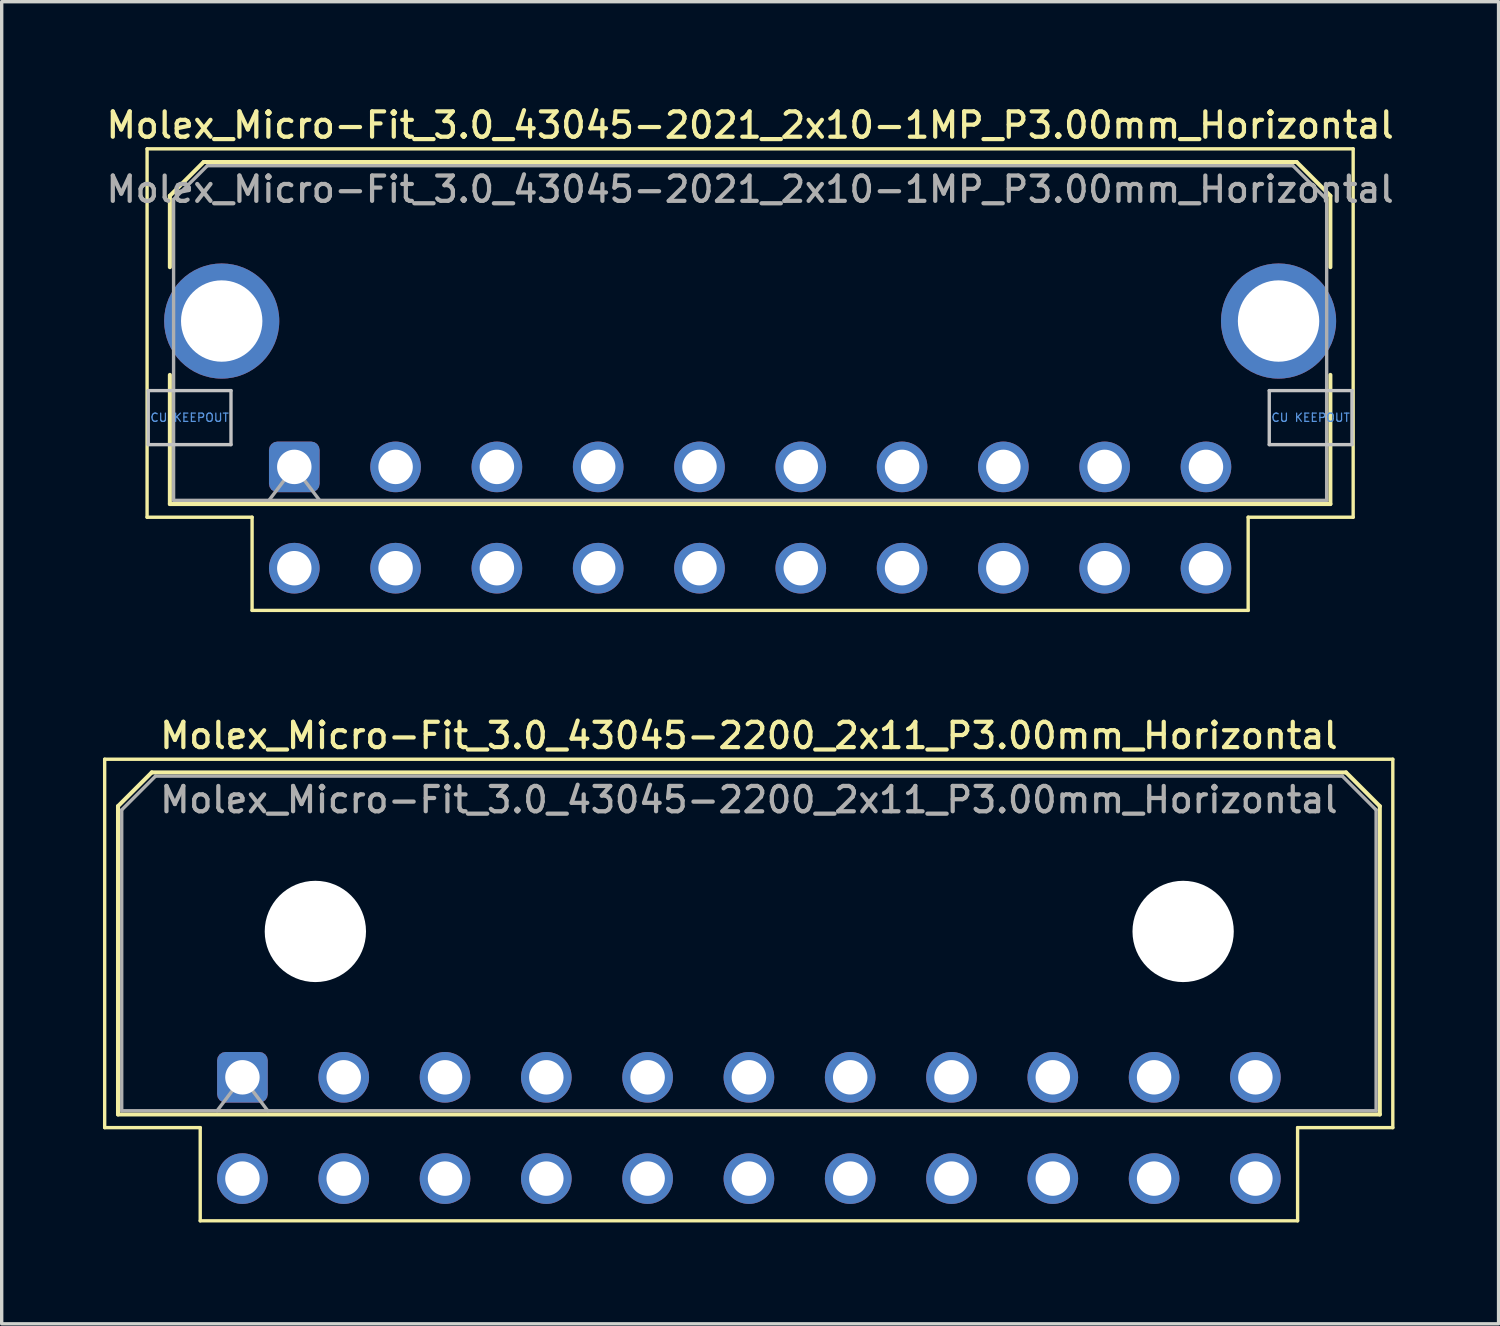
<source format=kicad_pcb>
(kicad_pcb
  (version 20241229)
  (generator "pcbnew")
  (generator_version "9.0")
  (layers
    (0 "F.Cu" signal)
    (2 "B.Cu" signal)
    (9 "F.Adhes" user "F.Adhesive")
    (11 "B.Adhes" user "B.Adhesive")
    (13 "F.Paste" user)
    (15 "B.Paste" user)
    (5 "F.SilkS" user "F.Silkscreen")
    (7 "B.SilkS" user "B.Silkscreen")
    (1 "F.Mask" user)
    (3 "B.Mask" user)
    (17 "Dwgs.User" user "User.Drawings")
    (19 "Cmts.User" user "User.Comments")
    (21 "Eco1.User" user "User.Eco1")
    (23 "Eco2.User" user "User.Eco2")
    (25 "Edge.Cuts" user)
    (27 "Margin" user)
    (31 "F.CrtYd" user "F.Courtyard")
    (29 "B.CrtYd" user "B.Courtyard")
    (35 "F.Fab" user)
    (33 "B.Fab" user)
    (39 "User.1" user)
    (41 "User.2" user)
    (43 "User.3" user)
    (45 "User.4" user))
  (footprint "Molex_Micro-Fit_3.0_43045-2200_2x11_P3.00mm_Horizontal"
    (layer "F.Cu")
    (at 4.13 28.856)
    (property "Reference" "Molex_Micro-Fit_3.0_43045-2200_2x11_P3.00mm_Horizontal" (at 15 -10.12 0) (layer "F.SilkS") (effects (font (size 0.75 0.75) (thickness 0.125))))
    (attr through_hole)
    (fp_line (start -4.08 -9.42) (end 34.07 -9.42) (stroke (width 0.1) (type solid)) (layer "F.SilkS"))
    (fp_line (start -4.08 1.49) (end -4.08 -9.42) (stroke (width 0.1) (type solid)) (layer "F.SilkS"))
    (fp_line (start -3.685 -8.03) (end -2.685 -9.03) (stroke (width 0.12) (type solid)) (layer "F.SilkS"))
    (fp_line (start -3.685 1.1) (end -3.685 -8.03) (stroke (width 0.12) (type solid)) (layer "F.SilkS"))
    (fp_line (start -2.685 -9.03) (end 32.685 -9.03) (stroke (width 0.12) (type solid)) (layer "F.SilkS"))
    (fp_line (start -1.25 1.49) (end -4.08 1.49) (stroke (width 0.1) (type solid)) (layer "F.SilkS"))
    (fp_line (start -1.25 4.25) (end -1.25 1.49) (stroke (width 0.1) (type solid)) (layer "F.SilkS"))
    (fp_line (start 31.25 1.49) (end 31.25 4.25) (stroke (width 0.1) (type solid)) (layer "F.SilkS"))
    (fp_line (start 31.25 4.25) (end -1.25 4.25) (stroke (width 0.1) (type solid)) (layer "F.SilkS"))
    (fp_line (start 32.685 -9.03) (end 33.685 -8.03) (stroke (width 0.12) (type solid)) (layer "F.SilkS"))
    (fp_line (start 33.685 -8.03) (end 33.685 1.1) (stroke (width 0.12) (type solid)) (layer "F.SilkS"))
    (fp_line (start 33.685 1.1) (end -3.685 1.1) (stroke (width 0.12) (type solid)) (layer "F.SilkS"))
    (fp_line (start 34.07 -9.42) (end 34.07 1.49) (stroke (width 0.1) (type solid)) (layer "F.SilkS"))
    (fp_line (start 34.07 1.49) (end 31.25 1.49) (stroke (width 0.1) (type solid)) (layer "F.SilkS"))
    (fp_line (start -3.575 -7.92) (end -2.575 -8.92) (stroke (width 0.1) (type solid)) (layer "F.Fab"))
    (fp_line (start -3.575 0.99) (end -3.575 -7.92) (stroke (width 0.1) (type solid)) (layer "F.Fab"))
    (fp_line (start -2.575 -8.92) (end 32.575 -8.92) (stroke (width 0.1) (type solid)) (layer "F.Fab"))
    (fp_line (start -0.75 0.99) (end 0 0) (stroke (width 0.1) (type solid)) (layer "F.Fab"))
    (fp_line (start 0 0) (end 0.75 0.99) (stroke (width 0.1) (type solid)) (layer "F.Fab"))
    (fp_line (start 32.575 -8.92) (end 33.575 -7.92) (stroke (width 0.1) (type solid)) (layer "F.Fab"))
    (fp_line (start 33.575 -7.92) (end 33.575 0.99) (stroke (width 0.1) (type solid)) (layer "F.Fab"))
    (fp_line (start 33.575 0.99) (end -3.575 0.99) (stroke (width 0.1) (type solid)) (layer "F.Fab"))
    (fp_text user "${REFERENCE}" (at 15 -8.22 0) (layer "F.Fab") (effects (font (size 0.75 0.75) (thickness 0.125))))
    (pad "" np_thru_hole circle (at 2.16 -4.32) (size 3 3) (drill 3) (layers "*.Cu" "*.Mask"))
    (pad "" np_thru_hole circle (at 27.86 -4.32) (size 3 3) (drill 3) (layers "*.Cu" "*.Mask"))
    (pad "1" thru_hole roundrect (at 0 0) (size 1.5 1.5) (drill 1.02) (layers "*.Cu" "*.Mask") (roundrect_rratio 0.167))
    (pad "2" thru_hole circle (at 3 0) (size 1.5 1.5) (drill 1.02) (layers "*.Cu" "*.Mask"))
    (pad "3" thru_hole circle (at 6 0) (size 1.5 1.5) (drill 1.02) (layers "*.Cu" "*.Mask"))
    (pad "4" thru_hole circle (at 9 0) (size 1.5 1.5) (drill 1.02) (layers "*.Cu" "*.Mask"))
    (pad "5" thru_hole circle (at 12 0) (size 1.5 1.5) (drill 1.02) (layers "*.Cu" "*.Mask"))
    (pad "6" thru_hole circle (at 15 0) (size 1.5 1.5) (drill 1.02) (layers "*.Cu" "*.Mask"))
    (pad "7" thru_hole circle (at 18 0) (size 1.5 1.5) (drill 1.02) (layers "*.Cu" "*.Mask"))
    (pad "8" thru_hole circle (at 21 0) (size 1.5 1.5) (drill 1.02) (layers "*.Cu" "*.Mask"))
    (pad "9" thru_hole circle (at 24 0) (size 1.5 1.5) (drill 1.02) (layers "*.Cu" "*.Mask"))
    (pad "10" thru_hole circle (at 27 0) (size 1.5 1.5) (drill 1.02) (layers "*.Cu" "*.Mask"))
    (pad "11" thru_hole circle (at 30 0) (size 1.5 1.5) (drill 1.02) (layers "*.Cu" "*.Mask"))
    (pad "12" thru_hole circle (at 0 3) (size 1.5 1.5) (drill 1.02) (layers "*.Cu" "*.Mask"))
    (pad "13" thru_hole circle (at 3 3) (size 1.5 1.5) (drill 1.02) (layers "*.Cu" "*.Mask"))
    (pad "14" thru_hole circle (at 6 3) (size 1.5 1.5) (drill 1.02) (layers "*.Cu" "*.Mask"))
    (pad "15" thru_hole circle (at 9 3) (size 1.5 1.5) (drill 1.02) (layers "*.Cu" "*.Mask"))
    (pad "16" thru_hole circle (at 12 3) (size 1.5 1.5) (drill 1.02) (layers "*.Cu" "*.Mask"))
    (pad "17" thru_hole circle (at 15 3) (size 1.5 1.5) (drill 1.02) (layers "*.Cu" "*.Mask"))
    (pad "18" thru_hole circle (at 18 3) (size 1.5 1.5) (drill 1.02) (layers "*.Cu" "*.Mask"))
    (pad "19" thru_hole circle (at 21 3) (size 1.5 1.5) (drill 1.02) (layers "*.Cu" "*.Mask"))
    (pad "20" thru_hole circle (at 24 3) (size 1.5 1.5) (drill 1.02) (layers "*.Cu" "*.Mask"))
    (pad "21" thru_hole circle (at 27 3) (size 1.5 1.5) (drill 1.02) (layers "*.Cu" "*.Mask"))
    (pad "22" thru_hole circle (at 30 3) (size 1.5 1.5) (drill 1.02) (layers "*.Cu" "*.Mask")))
  (footprint "Molex_Micro-Fit_3.0_43045-2021_2x10-1MP_P3.00mm_Horizontal"
    (layer "F.Cu")
    (at 5.666 10.778)
    (property "Reference" "Molex_Micro-Fit_3.0_43045-2021_2x10-1MP_P3.00mm_Horizontal" (at 13.5 -10.12 0) (layer "F.SilkS") (effects (font (size 0.75 0.75) (thickness 0.125))))
    (attr through_hole)
    (fp_line (start -4.36 -9.42) (end 31.36 -9.42) (stroke (width 0.1) (type solid)) (layer "F.SilkS"))
    (fp_line (start -4.36 1.49) (end -4.36 -9.42) (stroke (width 0.1) (type solid)) (layer "F.SilkS"))
    (fp_line (start -3.685 -8.03) (end -2.685 -9.03) (stroke (width 0.12) (type solid)) (layer "F.SilkS"))
    (fp_line (start -3.685 -5.915) (end -3.685 -8.03) (stroke (width 0.12) (type solid)) (layer "F.SilkS"))
    (fp_line (start -3.685 -2.725) (end -3.685 1.1) (stroke (width 0.12) (type solid)) (layer "F.SilkS"))
    (fp_line (start -3.685 1.1) (end 30.685 1.1) (stroke (width 0.12) (type solid)) (layer "F.SilkS"))
    (fp_line (start -2.685 -9.03) (end 29.685 -9.03) (stroke (width 0.12) (type solid)) (layer "F.SilkS"))
    (fp_line (start -1.25 1.49) (end -4.36 1.49) (stroke (width 0.1) (type solid)) (layer "F.SilkS"))
    (fp_line (start -1.25 4.25) (end -1.25 1.49) (stroke (width 0.1) (type solid)) (layer "F.SilkS"))
    (fp_line (start 28.25 1.49) (end 28.25 4.25) (stroke (width 0.1) (type solid)) (layer "F.SilkS"))
    (fp_line (start 28.25 4.25) (end -1.25 4.25) (stroke (width 0.1) (type solid)) (layer "F.SilkS"))
    (fp_line (start 29.685 -9.03) (end 30.685 -8.03) (stroke (width 0.12) (type solid)) (layer "F.SilkS"))
    (fp_line (start 30.685 -8.03) (end 30.685 -5.915) (stroke (width 0.12) (type solid)) (layer "F.SilkS"))
    (fp_line (start 30.685 1.1) (end 30.685 -2.725) (stroke (width 0.12) (type solid)) (layer "F.SilkS"))
    (fp_line (start 31.36 -9.42) (end 31.36 1.49) (stroke (width 0.1) (type solid)) (layer "F.SilkS"))
    (fp_line (start 31.36 1.49) (end 28.25 1.49) (stroke (width 0.1) (type solid)) (layer "F.SilkS"))
    (fp_line (start -4.325 -2.26) (end -4.325 -0.66) (stroke (width 0.1) (type solid)) (layer "Dwgs.User"))
    (fp_line (start -4.325 -0.66) (end -1.875 -0.66) (stroke (width 0.1) (type solid)) (layer "Dwgs.User"))
    (fp_line (start -1.875 -2.26) (end -4.325 -2.26) (stroke (width 0.1) (type solid)) (layer "Dwgs.User"))
    (fp_line (start -1.875 -0.66) (end -1.875 -2.26) (stroke (width 0.1) (type solid)) (layer "Dwgs.User"))
    (fp_line (start 28.875 -2.26) (end 28.875 -0.66) (stroke (width 0.1) (type solid)) (layer "Dwgs.User"))
    (fp_line (start 28.875 -0.66) (end 31.325 -0.66) (stroke (width 0.1) (type solid)) (layer "Dwgs.User"))
    (fp_line (start 31.325 -2.26) (end 28.875 -2.26) (stroke (width 0.1) (type solid)) (layer "Dwgs.User"))
    (fp_line (start 31.325 -0.66) (end 31.325 -2.26) (stroke (width 0.1) (type solid)) (layer "Dwgs.User"))
    (fp_line (start -3.575 -7.92) (end -2.575 -8.92) (stroke (width 0.1) (type solid)) (layer "F.Fab"))
    (fp_line (start -3.575 0.99) (end -3.575 -7.92) (stroke (width 0.1) (type solid)) (layer "F.Fab"))
    (fp_line (start -2.575 -8.92) (end 29.575 -8.92) (stroke (width 0.1) (type solid)) (layer "F.Fab"))
    (fp_line (start -0.75 0.99) (end 0 0) (stroke (width 0.1) (type solid)) (layer "F.Fab"))
    (fp_line (start 0 0) (end 0.75 0.99) (stroke (width 0.1) (type solid)) (layer "F.Fab"))
    (fp_line (start 29.575 -8.92) (end 30.575 -7.92) (stroke (width 0.1) (type solid)) (layer "F.Fab"))
    (fp_line (start 30.575 -7.92) (end 30.575 0.99) (stroke (width 0.1) (type solid)) (layer "F.Fab"))
    (fp_line (start 30.575 0.99) (end -3.575 0.99) (stroke (width 0.1) (type solid)) (layer "F.Fab"))
    (fp_text user "CU KEEPOUT" (at 30.1 -1.46 0) (layer "Cmts.User") (effects (font (size 0.245 0.245) (thickness 0.037))))
    (fp_text user "CU KEEPOUT" (at -3.1 -1.46 0) (layer "Cmts.User") (effects (font (size 0.245 0.245) (thickness 0.037))))
    (fp_text user "${REFERENCE}" (at 13.5 -8.22 0) (layer "F.Fab") (effects (font (size 0.75 0.75) (thickness 0.125))))
    (pad "1" thru_hole roundrect (at 0 0) (size 1.5 1.5) (drill 1.02) (layers "*.Cu" "*.Mask") (roundrect_rratio 0.167))
    (pad "2" thru_hole circle (at 3 0) (size 1.5 1.5) (drill 1.02) (layers "*.Cu" "*.Mask"))
    (pad "3" thru_hole circle (at 6 0) (size 1.5 1.5) (drill 1.02) (layers "*.Cu" "*.Mask"))
    (pad "4" thru_hole circle (at 9 0) (size 1.5 1.5) (drill 1.02) (layers "*.Cu" "*.Mask"))
    (pad "5" thru_hole circle (at 12 0) (size 1.5 1.5) (drill 1.02) (layers "*.Cu" "*.Mask"))
    (pad "6" thru_hole circle (at 15 0) (size 1.5 1.5) (drill 1.02) (layers "*.Cu" "*.Mask"))
    (pad "7" thru_hole circle (at 18 0) (size 1.5 1.5) (drill 1.02) (layers "*.Cu" "*.Mask"))
    (pad "8" thru_hole circle (at 21 0) (size 1.5 1.5) (drill 1.02) (layers "*.Cu" "*.Mask"))
    (pad "9" thru_hole circle (at 24 0) (size 1.5 1.5) (drill 1.02) (layers "*.Cu" "*.Mask"))
    (pad "10" thru_hole circle (at 27 0) (size 1.5 1.5) (drill 1.02) (layers "*.Cu" "*.Mask"))
    (pad "11" thru_hole circle (at 0 3) (size 1.5 1.5) (drill 1.02) (layers "*.Cu" "*.Mask"))
    (pad "12" thru_hole circle (at 3 3) (size 1.5 1.5) (drill 1.02) (layers "*.Cu" "*.Mask"))
    (pad "13" thru_hole circle (at 6 3) (size 1.5 1.5) (drill 1.02) (layers "*.Cu" "*.Mask"))
    (pad "14" thru_hole circle (at 9 3) (size 1.5 1.5) (drill 1.02) (layers "*.Cu" "*.Mask"))
    (pad "15" thru_hole circle (at 12 3) (size 1.5 1.5) (drill 1.02) (layers "*.Cu" "*.Mask"))
    (pad "16" thru_hole circle (at 15 3) (size 1.5 1.5) (drill 1.02) (layers "*.Cu" "*.Mask"))
    (pad "17" thru_hole circle (at 18 3) (size 1.5 1.5) (drill 1.02) (layers "*.Cu" "*.Mask"))
    (pad "18" thru_hole circle (at 21 3) (size 1.5 1.5) (drill 1.02) (layers "*.Cu" "*.Mask"))
    (pad "19" thru_hole circle (at 24 3) (size 1.5 1.5) (drill 1.02) (layers "*.Cu" "*.Mask"))
    (pad "20" thru_hole circle (at 27 3) (size 1.5 1.5) (drill 1.02) (layers "*.Cu" "*.Mask"))
    (pad "MP" thru_hole circle (at -2.15 -4.32) (size 3.41 3.41) (drill 2.41) (layers "*.Cu" "*.Mask"))
    (pad "MP" thru_hole circle (at 29.15 -4.32) (size 3.41 3.41) (drill 2.41) (layers "*.Cu" "*.Mask")))
  (gr_rect
    (start -3 -3)
    (end 41.332 36.156)
    (stroke (width 0.1) (type default))
    (fill no)
    (layer "Edge.Cuts")))
</source>
